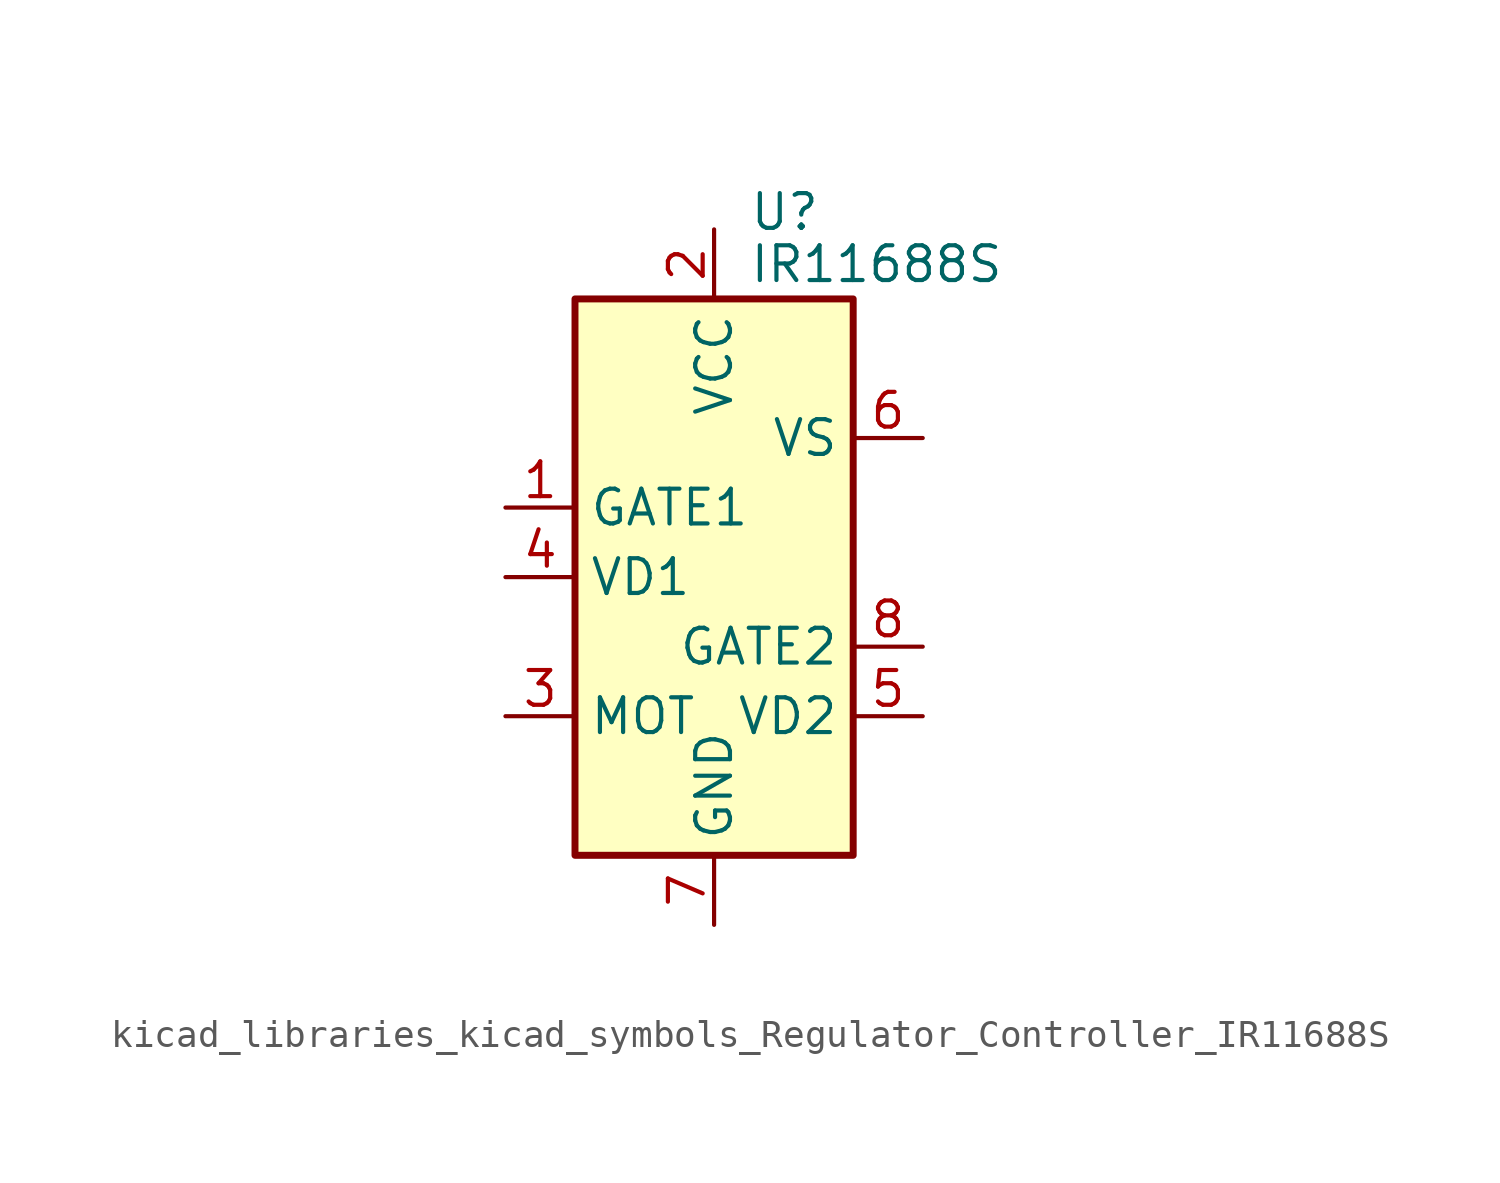
<source format=kicad_sym>
(kicad_symbol_lib
  (version 20220914)
  (generator kicad_symbol_editor)
  (symbol "kicad_libraries_kicad_symbols_Regulator_Controller_IR11688S"
    (property "Reference" "U"
      (at 1.27 13.335 0)
      (effects (font (size 1.27 1.27)) (justify left)))
    (property "Value" "IR11688S"
      (at 1.27 11.43 0)
      (effects (font (size 1.27 1.27)) (justify left)))
    (symbol "kicad_libraries_kicad_symbols_Regulator_Controller_IR11688S_0_1"
      (rectangle (start -5.08 -10.16) (end 5.08 10.16) (stroke (width 0.254) (type default)) (fill (type background))))
    (symbol "kicad_libraries_kicad_symbols_Regulator_Controller_IR11688S_1_1"
      (pin output line (at -7.62 2.54 0) (length 2.54) (name "GATE1" (effects (font (size 1.27 1.27)))) (number "1" (effects (font (size 1.27 1.27)))))
      (pin power_in line (at 0 12.7 270) (length 2.54) (name "VCC" (effects (font (size 1.27 1.27)))) (number "2" (effects (font (size 1.27 1.27)))))
      (pin passive line (at -7.62 -5.08 0) (length 2.54) (name "MOT" (effects (font (size 1.27 1.27)))) (number "3" (effects (font (size 1.27 1.27)))))
      (pin input line (at -7.62 0 0) (length 2.54) (name "VD1" (effects (font (size 1.27 1.27)))) (number "4" (effects (font (size 1.27 1.27)))))
      (pin input line (at 7.62 -5.08 180) (length 2.54) (name "VD2" (effects (font (size 1.27 1.27)))) (number "5" (effects (font (size 1.27 1.27)))))
      (pin input line (at 7.62 5.08 180) (length 2.54) (name "VS" (effects (font (size 1.27 1.27)))) (number "6" (effects (font (size 1.27 1.27)))))
      (pin power_in line (at 0 -12.7 90) (length 2.54) (name "GND" (effects (font (size 1.27 1.27)))) (number "7" (effects (font (size 1.27 1.27)))))
      (pin output line (at 7.62 -2.54 180) (length 2.54) (name "GATE2" (effects (font (size 1.27 1.27)))) (number "8" (effects (font (size 1.27 1.27))))))))
</source>
